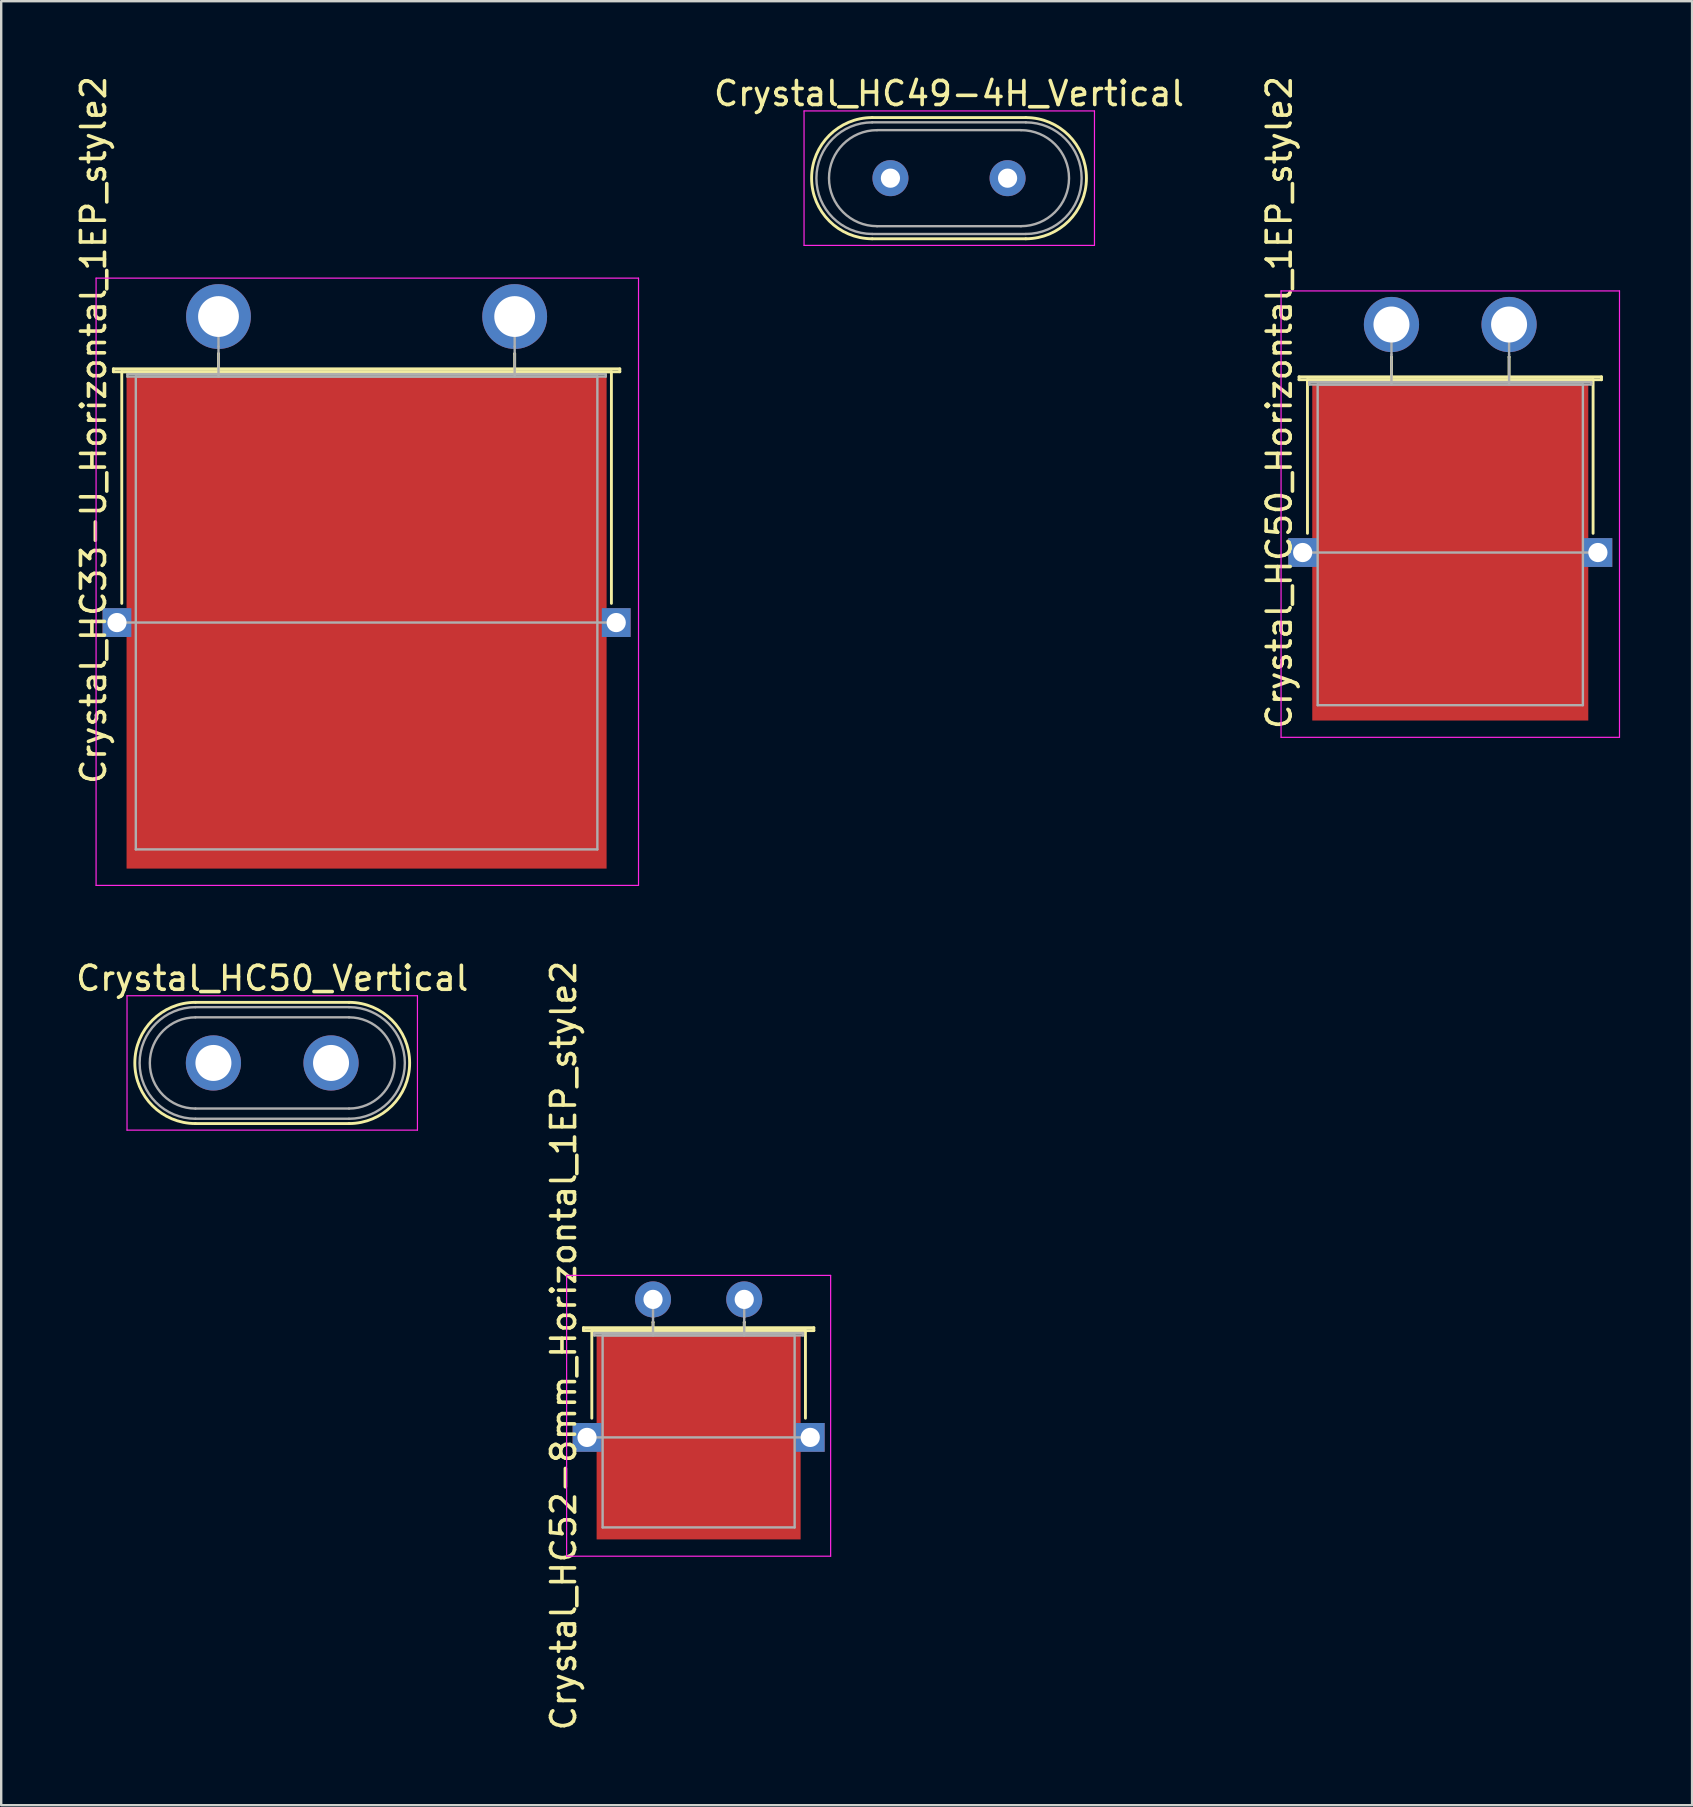
<source format=kicad_pcb>
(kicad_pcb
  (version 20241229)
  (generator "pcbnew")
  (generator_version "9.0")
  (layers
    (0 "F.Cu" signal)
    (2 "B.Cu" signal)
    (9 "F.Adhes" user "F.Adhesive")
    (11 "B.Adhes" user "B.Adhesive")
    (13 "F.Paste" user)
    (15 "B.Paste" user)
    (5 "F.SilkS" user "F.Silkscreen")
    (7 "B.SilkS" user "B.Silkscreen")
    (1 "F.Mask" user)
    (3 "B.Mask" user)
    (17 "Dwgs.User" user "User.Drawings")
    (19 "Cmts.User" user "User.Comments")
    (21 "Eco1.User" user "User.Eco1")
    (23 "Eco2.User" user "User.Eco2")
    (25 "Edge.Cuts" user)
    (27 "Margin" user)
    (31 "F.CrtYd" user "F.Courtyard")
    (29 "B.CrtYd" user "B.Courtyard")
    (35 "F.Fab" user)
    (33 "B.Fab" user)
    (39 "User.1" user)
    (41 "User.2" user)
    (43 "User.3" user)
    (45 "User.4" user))
  (footprint "Crystal_HC50_Vertical"
    (layer "F.Cu")
    (at 5.842 41.236)
    (property "Reference" "Crystal_HC50_Vertical" (at 2.45 -3.525 0) (layer "F.SilkS") (effects (font (size 1 1) (thickness 0.15))))
    (attr through_hole)
    (fp_line (start -0.75 -2.525) (end 5.65 -2.525) (stroke (width 0.12) (type solid)) (layer "F.SilkS"))
    (fp_line (start -0.75 2.525) (end 5.65 2.525) (stroke (width 0.12) (type solid)) (layer "F.SilkS"))
    (fp_arc (start -0.75 2.525) (mid -3.275 0) (end -0.75 -2.525) (stroke (width 0.12) (type solid)) (layer "F.SilkS"))
    (fp_arc (start 5.65 -2.525) (mid 8.175 0) (end 5.65 2.525) (stroke (width 0.12) (type solid)) (layer "F.SilkS"))
    (fp_line (start -3.6 -2.8) (end -3.6 2.8) (stroke (width 0.05) (type solid)) (layer "F.CrtYd"))
    (fp_line (start -3.6 2.8) (end 8.5 2.8) (stroke (width 0.05) (type solid)) (layer "F.CrtYd"))
    (fp_line (start 8.5 -2.8) (end -3.6 -2.8) (stroke (width 0.05) (type solid)) (layer "F.CrtYd"))
    (fp_line (start 8.5 2.8) (end 8.5 -2.8) (stroke (width 0.05) (type solid)) (layer "F.CrtYd"))
    (fp_line (start -0.75 -2.325) (end 5.65 -2.325) (stroke (width 0.1) (type solid)) (layer "F.Fab"))
    (fp_line (start -0.75 -1.9) (end 5.65 -1.9) (stroke (width 0.1) (type solid)) (layer "F.Fab"))
    (fp_line (start -0.75 1.9) (end 5.65 1.9) (stroke (width 0.1) (type solid)) (layer "F.Fab"))
    (fp_line (start -0.75 2.325) (end 5.65 2.325) (stroke (width 0.1) (type solid)) (layer "F.Fab"))
    (fp_arc (start -0.75 1.9) (mid -2.65 0) (end -0.75 -1.9) (stroke (width 0.1) (type solid)) (layer "F.Fab"))
    (fp_arc (start -0.75 2.325) (mid -3.075 0) (end -0.75 -2.325) (stroke (width 0.1) (type solid)) (layer "F.Fab"))
    (fp_arc (start 5.65 -2.325) (mid 7.975 0) (end 5.65 2.325) (stroke (width 0.1) (type solid)) (layer "F.Fab"))
    (fp_arc (start 5.65 -1.9) (mid 7.55 0) (end 5.65 1.9) (stroke (width 0.1) (type solid)) (layer "F.Fab"))
    (pad "1" thru_hole circle (at 0 0) (size 2.3 2.3) (drill 1.5) (layers "*.Cu" "*.Mask"))
    (pad "2" thru_hole circle (at 4.9 0) (size 2.3 2.3) (drill 1.5) (layers "*.Cu" "*.Mask")))
  (footprint "Crystal_HC49-4H_Vertical"
    (layer "F.Cu")
    (at 34.049 4.373)
    (property "Reference" "Crystal_HC49-4H_Vertical" (at 2.44 -3.525 0) (layer "F.SilkS") (effects (font (size 1 1) (thickness 0.15))))
    (attr through_hole)
    (fp_line (start -0.76 -2.525) (end 5.64 -2.525) (stroke (width 0.12) (type solid)) (layer "F.SilkS"))
    (fp_line (start -0.76 2.525) (end 5.64 2.525) (stroke (width 0.12) (type solid)) (layer "F.SilkS"))
    (fp_arc (start -0.76 2.525) (mid -3.285 0) (end -0.76 -2.525) (stroke (width 0.12) (type solid)) (layer "F.SilkS"))
    (fp_arc (start 5.64 -2.525) (mid 8.165 0) (end 5.64 2.525) (stroke (width 0.12) (type solid)) (layer "F.SilkS"))
    (fp_line (start -3.6 -2.8) (end -3.6 2.8) (stroke (width 0.05) (type solid)) (layer "F.CrtYd"))
    (fp_line (start -3.6 2.8) (end 8.5 2.8) (stroke (width 0.05) (type solid)) (layer "F.CrtYd"))
    (fp_line (start 8.5 -2.8) (end -3.6 -2.8) (stroke (width 0.05) (type solid)) (layer "F.CrtYd"))
    (fp_line (start 8.5 2.8) (end 8.5 -2.8) (stroke (width 0.05) (type solid)) (layer "F.CrtYd"))
    (fp_line (start -0.76 -2.325) (end 5.64 -2.325) (stroke (width 0.1) (type solid)) (layer "F.Fab"))
    (fp_line (start -0.76 2.325) (end 5.64 2.325) (stroke (width 0.1) (type solid)) (layer "F.Fab"))
    (fp_line (start -0.56 -2) (end 5.44 -2) (stroke (width 0.1) (type solid)) (layer "F.Fab"))
    (fp_line (start -0.56 2) (end 5.44 2) (stroke (width 0.1) (type solid)) (layer "F.Fab"))
    (fp_arc (start -0.76 2.325) (mid -3.085 0) (end -0.76 -2.325) (stroke (width 0.1) (type solid)) (layer "F.Fab"))
    (fp_arc (start -0.56 2) (mid -2.56 0) (end -0.56 -2) (stroke (width 0.1) (type solid)) (layer "F.Fab"))
    (fp_arc (start 5.44 -2) (mid 7.44 0) (end 5.44 2) (stroke (width 0.1) (type solid)) (layer "F.Fab"))
    (fp_arc (start 5.64 -2.325) (mid 7.965 0) (end 5.64 2.325) (stroke (width 0.1) (type solid)) (layer "F.Fab"))
    (pad "1" thru_hole circle (at 0 0) (size 1.5 1.5) (drill 0.8) (layers "*.Cu" "*.Mask"))
    (pad "2" thru_hole circle (at 4.88 0) (size 1.5 1.5) (drill 0.8) (layers "*.Cu" "*.Mask")))
  (footprint "Crystal_HC50_Horizontal_1EP_style2"
    (layer "F.Cu")
    (at 54.923 10.47)
    (property "Reference" "Crystal_HC50_Horizontal_1EP_style2" (at -4.675 3.25 90) (layer "F.SilkS") (effects (font (size 1 1) (thickness 0.15))))
    (attr through_hole)
    (fp_line (start -3.85 2.18) (end 8.75 2.18) (stroke (width 0.12) (type solid)) (layer "F.SilkS"))
    (fp_line (start -3.85 2.3) (end -3.85 2.18) (stroke (width 0.12) (type solid)) (layer "F.SilkS"))
    (fp_line (start -3.5 2.3) (end 8.4 2.3) (stroke (width 0.12) (type solid)) (layer "F.SilkS"))
    (fp_line (start -3.5 8.7) (end -3.5 2.3) (stroke (width 0.12) (type solid)) (layer "F.SilkS"))
    (fp_line (start 0 1.35) (end 0 1.35) (stroke (width 0.12) (type solid)) (layer "F.SilkS"))
    (fp_line (start 0 2.3) (end 0 1.35) (stroke (width 0.12) (type solid)) (layer "F.SilkS"))
    (fp_line (start 4.9 1.35) (end 4.9 1.35) (stroke (width 0.12) (type solid)) (layer "F.SilkS"))
    (fp_line (start 4.9 2.3) (end 4.9 1.35) (stroke (width 0.12) (type solid)) (layer "F.SilkS"))
    (fp_line (start 8.4 2.3) (end 8.4 8.7) (stroke (width 0.12) (type solid)) (layer "F.SilkS"))
    (fp_line (start 8.75 2.18) (end 8.75 2.3) (stroke (width 0.12) (type solid)) (layer "F.SilkS"))
    (fp_line (start 8.75 2.3) (end -3.85 2.3) (stroke (width 0.12) (type solid)) (layer "F.SilkS"))
    (fp_line (start -4.6 -1.4) (end -4.6 17.2) (stroke (width 0.05) (type solid)) (layer "F.CrtYd"))
    (fp_line (start -4.6 17.2) (end 9.5 17.2) (stroke (width 0.05) (type solid)) (layer "F.CrtYd"))
    (fp_line (start 9.5 -1.4) (end -4.6 -1.4) (stroke (width 0.05) (type solid)) (layer "F.CrtYd"))
    (fp_line (start 9.5 17.2) (end 9.5 -1.4) (stroke (width 0.05) (type solid)) (layer "F.CrtYd"))
    (fp_line (start -3.7 9.5) (end 8.6 9.5) (stroke (width 0.1) (type solid)) (layer "F.Fab"))
    (fp_line (start -3.425 2.4) (end 8.325 2.4) (stroke (width 0.1) (type solid)) (layer "F.Fab"))
    (fp_line (start -3.425 2.5) (end -3.425 2.4) (stroke (width 0.1) (type solid)) (layer "F.Fab"))
    (fp_line (start -3.075 2.5) (end -3.075 15.86) (stroke (width 0.1) (type solid)) (layer "F.Fab"))
    (fp_line (start -3.075 15.86) (end 7.975 15.86) (stroke (width 0.1) (type solid)) (layer "F.Fab"))
    (fp_line (start 0 1.25) (end 0 0) (stroke (width 0.1) (type solid)) (layer "F.Fab"))
    (fp_line (start 0 2.5) (end 0 1.25) (stroke (width 0.1) (type solid)) (layer "F.Fab"))
    (fp_line (start 4.9 1.25) (end 4.9 0) (stroke (width 0.1) (type solid)) (layer "F.Fab"))
    (fp_line (start 4.9 2.5) (end 4.9 1.25) (stroke (width 0.1) (type solid)) (layer "F.Fab"))
    (fp_line (start 7.975 2.5) (end -3.075 2.5) (stroke (width 0.1) (type solid)) (layer "F.Fab"))
    (fp_line (start 7.975 15.86) (end 7.975 2.5) (stroke (width 0.1) (type solid)) (layer "F.Fab"))
    (fp_line (start 8.325 2.4) (end 8.325 2.5) (stroke (width 0.1) (type solid)) (layer "F.Fab"))
    (fp_line (start 8.325 2.5) (end -3.425 2.5) (stroke (width 0.1) (type solid)) (layer "F.Fab"))
    (pad "1" thru_hole circle (at 0 0) (size 2.3 2.3) (drill 1.5) (layers "*.Cu" "*.Mask"))
    (pad "2" thru_hole circle (at 4.9 0) (size 2.3 2.3) (drill 1.5) (layers "*.Cu" "*.Mask"))
    (pad "3" thru_hole rect (at -3.7 9.5) (size 1.2 1.2) (drill 0.8) (layers "*.Cu" "*.Mask"))
    (pad "3" smd rect (at 2.45 9.5) (size 11.5 14) (layers "F.Cu" "F.Mask"))
    (pad "3" thru_hole rect (at 8.6 9.5) (size 1.2 1.2) (drill 0.8) (layers "*.Cu" "*.Mask")))
  (footprint "Crystal_HC52-8mm_Horizontal_1EP_style2"
    (layer "F.Cu")
    (at 24.157 51.087)
    (property "Reference" "Crystal_HC52-8mm_Horizontal_1EP_style2" (at -3.725 1.925 90) (layer "F.SilkS") (effects (font (size 1 1) (thickness 0.15))))
    (attr through_hole)
    (fp_line (start -2.9 1.18) (end 6.7 1.18) (stroke (width 0.12) (type solid)) (layer "F.SilkS"))
    (fp_line (start -2.9 1.3) (end -2.9 1.18) (stroke (width 0.12) (type solid)) (layer "F.SilkS"))
    (fp_line (start -2.55 1.3) (end 6.35 1.3) (stroke (width 0.12) (type solid)) (layer "F.SilkS"))
    (fp_line (start -2.55 4.95) (end -2.55 1.3) (stroke (width 0.12) (type solid)) (layer "F.SilkS"))
    (fp_line (start 0 0.95) (end 0 0.95) (stroke (width 0.12) (type solid)) (layer "F.SilkS"))
    (fp_line (start 0 1.3) (end 0 0.95) (stroke (width 0.12) (type solid)) (layer "F.SilkS"))
    (fp_line (start 3.8 0.95) (end 3.8 0.95) (stroke (width 0.12) (type solid)) (layer "F.SilkS"))
    (fp_line (start 3.8 1.3) (end 3.8 0.95) (stroke (width 0.12) (type solid)) (layer "F.SilkS"))
    (fp_line (start 6.35 1.3) (end 6.35 4.95) (stroke (width 0.12) (type solid)) (layer "F.SilkS"))
    (fp_line (start 6.7 1.18) (end 6.7 1.3) (stroke (width 0.12) (type solid)) (layer "F.SilkS"))
    (fp_line (start 6.7 1.3) (end -2.9 1.3) (stroke (width 0.12) (type solid)) (layer "F.SilkS"))
    (fp_line (start -3.6 -1) (end -3.6 10.7) (stroke (width 0.05) (type solid)) (layer "F.CrtYd"))
    (fp_line (start -3.6 10.7) (end 7.4 10.7) (stroke (width 0.05) (type solid)) (layer "F.CrtYd"))
    (fp_line (start 7.4 -1) (end -3.6 -1) (stroke (width 0.05) (type solid)) (layer "F.CrtYd"))
    (fp_line (start 7.4 10.7) (end 7.4 -1) (stroke (width 0.05) (type solid)) (layer "F.CrtYd"))
    (fp_line (start -2.75 5.75) (end 6.55 5.75) (stroke (width 0.1) (type solid)) (layer "F.Fab"))
    (fp_line (start -2.45 1.4) (end 6.25 1.4) (stroke (width 0.1) (type solid)) (layer "F.Fab"))
    (fp_line (start -2.45 1.5) (end -2.45 1.4) (stroke (width 0.1) (type solid)) (layer "F.Fab"))
    (fp_line (start -2.1 1.5) (end -2.1 9.5) (stroke (width 0.1) (type solid)) (layer "F.Fab"))
    (fp_line (start -2.1 9.5) (end 5.9 9.5) (stroke (width 0.1) (type solid)) (layer "F.Fab"))
    (fp_line (start 0 0.75) (end 0 0) (stroke (width 0.1) (type solid)) (layer "F.Fab"))
    (fp_line (start 0 1.5) (end 0 0.75) (stroke (width 0.1) (type solid)) (layer "F.Fab"))
    (fp_line (start 3.8 0.75) (end 3.8 0) (stroke (width 0.1) (type solid)) (layer "F.Fab"))
    (fp_line (start 3.8 1.5) (end 3.8 0.75) (stroke (width 0.1) (type solid)) (layer "F.Fab"))
    (fp_line (start 5.9 1.5) (end -2.1 1.5) (stroke (width 0.1) (type solid)) (layer "F.Fab"))
    (fp_line (start 5.9 9.5) (end 5.9 1.5) (stroke (width 0.1) (type solid)) (layer "F.Fab"))
    (fp_line (start 6.25 1.4) (end 6.25 1.5) (stroke (width 0.1) (type solid)) (layer "F.Fab"))
    (fp_line (start 6.25 1.5) (end -2.45 1.5) (stroke (width 0.1) (type solid)) (layer "F.Fab"))
    (pad "1" thru_hole circle (at 0 0) (size 1.5 1.5) (drill 0.8) (layers "*.Cu" "*.Mask"))
    (pad "2" thru_hole circle (at 3.8 0) (size 1.5 1.5) (drill 0.8) (layers "*.Cu" "*.Mask"))
    (pad "3" thru_hole rect (at -2.75 5.75) (size 1.2 1.2) (drill 0.8) (layers "*.Cu" "*.Mask"))
    (pad "3" smd rect (at 1.9 5.75) (size 8.5 8.5) (layers "F.Cu" "F.Mask"))
    (pad "3" thru_hole rect (at 6.55 5.75) (size 1.2 1.2) (drill 0.8) (layers "*.Cu" "*.Mask")))
  (footprint "Crystal_HC33-U_Horizontal_1EP_style2"
    (layer "F.Cu")
    (at 6.053 10.138)
    (property "Reference" "Crystal_HC33-U_Horizontal_1EP_style2" (at -5.205 4.725 90) (layer "F.SilkS") (effects (font (size 1 1) (thickness 0.15))))
    (attr through_hole)
    (fp_line (start -4.38 2.18) (end 16.72 2.18) (stroke (width 0.12) (type solid)) (layer "F.SilkS"))
    (fp_line (start -4.38 2.3) (end -4.38 2.18) (stroke (width 0.12) (type solid)) (layer "F.SilkS"))
    (fp_line (start -4.03 2.3) (end 16.37 2.3) (stroke (width 0.12) (type solid)) (layer "F.SilkS"))
    (fp_line (start -4.03 11.95) (end -4.03 2.3) (stroke (width 0.12) (type solid)) (layer "F.SilkS"))
    (fp_line (start 0 1.55) (end 0 1.55) (stroke (width 0.12) (type solid)) (layer "F.SilkS"))
    (fp_line (start 0 2.3) (end 0 1.55) (stroke (width 0.12) (type solid)) (layer "F.SilkS"))
    (fp_line (start 12.34 1.55) (end 12.34 1.55) (stroke (width 0.12) (type solid)) (layer "F.SilkS"))
    (fp_line (start 12.34 2.3) (end 12.34 1.55) (stroke (width 0.12) (type solid)) (layer "F.SilkS"))
    (fp_line (start 16.37 2.3) (end 16.37 11.95) (stroke (width 0.12) (type solid)) (layer "F.SilkS"))
    (fp_line (start 16.72 2.18) (end 16.72 2.3) (stroke (width 0.12) (type solid)) (layer "F.SilkS"))
    (fp_line (start 16.72 2.3) (end -4.38 2.3) (stroke (width 0.12) (type solid)) (layer "F.SilkS"))
    (fp_line (start -5.1 -1.6) (end -5.1 23.7) (stroke (width 0.05) (type solid)) (layer "F.CrtYd"))
    (fp_line (start -5.1 23.7) (end 17.5 23.7) (stroke (width 0.05) (type solid)) (layer "F.CrtYd"))
    (fp_line (start 17.5 -1.6) (end -5.1 -1.6) (stroke (width 0.05) (type solid)) (layer "F.CrtYd"))
    (fp_line (start 17.5 23.7) (end 17.5 -1.6) (stroke (width 0.05) (type solid)) (layer "F.CrtYd"))
    (fp_line (start -4.23 12.75) (end 16.57 12.75) (stroke (width 0.1) (type solid)) (layer "F.Fab"))
    (fp_line (start -3.795 2.4) (end 16.135 2.4) (stroke (width 0.1) (type solid)) (layer "F.Fab"))
    (fp_line (start -3.795 2.5) (end -3.795 2.4) (stroke (width 0.1) (type solid)) (layer "F.Fab"))
    (fp_line (start -3.445 2.5) (end -3.445 22.2) (stroke (width 0.1) (type solid)) (layer "F.Fab"))
    (fp_line (start -3.445 22.2) (end 15.785 22.2) (stroke (width 0.1) (type solid)) (layer "F.Fab"))
    (fp_line (start 0 1.25) (end 0 0) (stroke (width 0.1) (type solid)) (layer "F.Fab"))
    (fp_line (start 0 2.5) (end 0 1.25) (stroke (width 0.1) (type solid)) (layer "F.Fab"))
    (fp_line (start 12.34 1.25) (end 12.34 0) (stroke (width 0.1) (type solid)) (layer "F.Fab"))
    (fp_line (start 12.34 2.5) (end 12.34 1.25) (stroke (width 0.1) (type solid)) (layer "F.Fab"))
    (fp_line (start 15.785 2.5) (end -3.445 2.5) (stroke (width 0.1) (type solid)) (layer "F.Fab"))
    (fp_line (start 15.785 22.2) (end 15.785 2.5) (stroke (width 0.1) (type solid)) (layer "F.Fab"))
    (fp_line (start 16.135 2.4) (end 16.135 2.5) (stroke (width 0.1) (type solid)) (layer "F.Fab"))
    (fp_line (start 16.135 2.5) (end -3.795 2.5) (stroke (width 0.1) (type solid)) (layer "F.Fab"))
    (pad "1" thru_hole circle (at 0 0) (size 2.7 2.7) (drill 1.7) (layers "*.Cu" "*.Mask"))
    (pad "2" thru_hole circle (at 12.34 0) (size 2.7 2.7) (drill 1.7) (layers "*.Cu" "*.Mask"))
    (pad "3" thru_hole rect (at -4.23 12.75) (size 1.2 1.2) (drill 0.8) (layers "*.Cu" "*.Mask"))
    (pad "3" smd rect (at 6.17 12.75) (size 20 20.5) (layers "F.Cu" "F.Mask"))
    (pad "3" thru_hole rect (at 16.57 12.75) (size 1.2 1.2) (drill 0.8) (layers "*.Cu" "*.Mask")))
  (gr_rect
    (start -3 -3)
    (end 67.448 72.161)
    (stroke (width 0.1) (type default))
    (fill no)
    (layer "Edge.Cuts")))
</source>
